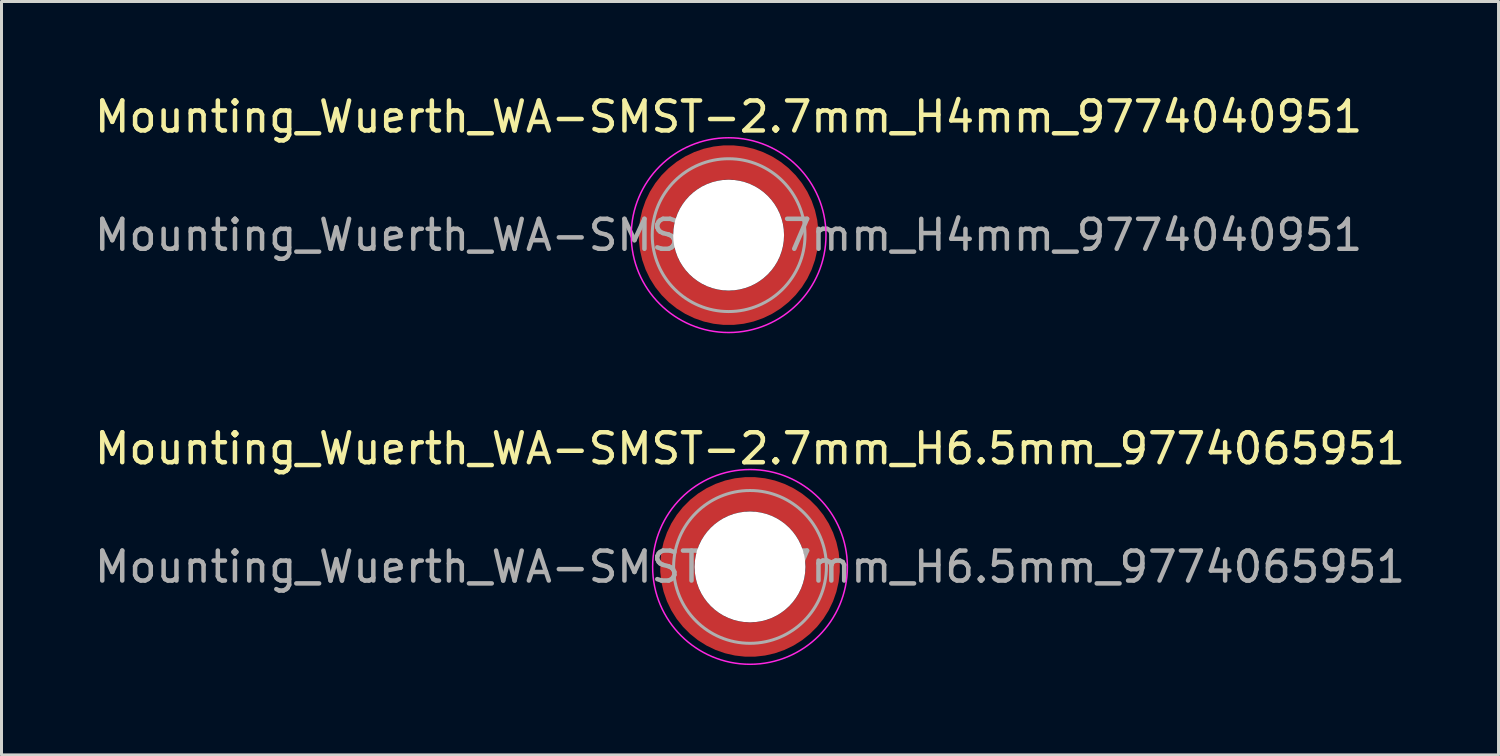
<source format=kicad_pcb>
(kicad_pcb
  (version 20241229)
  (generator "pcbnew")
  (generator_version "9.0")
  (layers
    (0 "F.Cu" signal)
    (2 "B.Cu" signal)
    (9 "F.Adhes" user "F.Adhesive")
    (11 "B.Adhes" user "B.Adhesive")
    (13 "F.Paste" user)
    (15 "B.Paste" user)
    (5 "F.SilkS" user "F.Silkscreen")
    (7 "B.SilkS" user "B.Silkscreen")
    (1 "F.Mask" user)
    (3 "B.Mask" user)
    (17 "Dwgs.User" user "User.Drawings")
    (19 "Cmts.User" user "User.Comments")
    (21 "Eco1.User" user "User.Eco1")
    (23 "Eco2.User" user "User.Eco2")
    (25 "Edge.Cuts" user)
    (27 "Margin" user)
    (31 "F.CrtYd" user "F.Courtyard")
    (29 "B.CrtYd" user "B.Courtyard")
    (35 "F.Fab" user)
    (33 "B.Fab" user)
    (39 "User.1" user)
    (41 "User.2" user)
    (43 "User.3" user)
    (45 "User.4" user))
  (footprint "Mounting_Wuerth_WA-SMST-2.7mm_H4mm_9774040951"
    (layer "F.Cu")
    (at 21.268 4.798)
    (property "Reference" "Mounting_Wuerth_WA-SMST-2.7mm_H4mm_9774040951" (at 0 -3.95 0) (layer "F.SilkS") (effects (font (size 1 1) (thickness 0.15))))
    (property "Mouser Part no." "" (at 0 0 0) (layer "F.Fab") (effects (font (size 1.27 1.27) (thickness 0.15))))
    (property "Mouser link" "" (at 0 0 0) (layer "F.Fab") (effects (font (size 1.27 1.27) (thickness 0.15))))
    (attr smd)
    (fp_circle (center 0 0) (end 3.25 0) (stroke (width 0.05) (type solid)) (fill no) (layer "F.CrtYd"))
    (fp_circle (center 0 0) (end 2.55 0) (stroke (width 0.1) (type solid)) (fill no) (layer "F.Fab"))
    (fp_text user "${REFERENCE}" (at 0 0 0) (layer "F.Fab") (effects (font (size 1 1) (thickness 0.15))))
    (pad "" smd custom (at -1.704 -1.704) (size 0.62 0.62) (layers "F.Paste") (options (anchor circle)) (primitives (gr_arc (start -0.250195 1.279127) (mid 0.289146 0.290681) (end 1.277006 -0.249732) (width 0.2)) (gr_arc (start -0.34334 1.279127) (mid 0.224883 0.226093) (end 1.277452 -0.342992) (width 0.2)) (gr_arc (start -0.436309 1.279127) (mid 0.160537 0.16159) (end 1.277666 -0.436018) (width 0.2)) (gr_arc (start -0.529126 1.279127) (mid 0.095932 0.097343) (end 1.277167 -0.528752) (width 0.2)) (gr_arc (start -0.621807 1.279127) (mid 0.0309 0.033527) (end 1.275473 -0.621136) (width 0.2)) (gr_arc (start -0.71437 1.279127) (mid -0.03322 -0.031206) (end 1.276322 -0.713875) (width 0.2)) (gr_arc (start -0.806826 1.279127) (mid -0.097997 -0.095278) (end 1.275336 -0.806181) (width 0.2)) (gr_arc (start -0.899187 1.279127) (mid -0.161977 -0.160149) (end 1.276577 -0.898769) (width 0.2)) (gr_arc (start -0.991463 1.279127) (mid -0.226842 -0.224133) (end 1.275343 -0.990864) (width 0.2)) (gr_arc (start -1.083663 1.279127) (mid -0.291026 -0.288801) (end 1.276016 -1.083187) (width 0.2)) (gr_line (start 1.279 -0.25) (end 1.279 -1.084) (width 0.2)) (gr_line (start -0.25 1.279) (end -1.084 1.279) (width 0.2))))
    (pad "" smd custom (at -1.704 1.704) (size 0.62 0.62) (layers "F.Paste") (options (anchor circle)) (primitives (gr_arc (start 1.279127 0.250195) (mid 0.290681 -0.289146) (end -0.249732 -1.277006) (width 0.2)) (gr_arc (start 1.279127 0.34334) (mid 0.226093 -0.224883) (end -0.342992 -1.277452) (width 0.2)) (gr_arc (start 1.279127 0.436309) (mid 0.16159 -0.160537) (end -0.436018 -1.277666) (width 0.2)) (gr_arc (start 1.279127 0.529126) (mid 0.097343 -0.095932) (end -0.528752 -1.277167) (width 0.2)) (gr_arc (start 1.279127 0.621807) (mid 0.033527 -0.0309) (end -0.621136 -1.275473) (width 0.2)) (gr_arc (start 1.279127 0.71437) (mid -0.031206 0.03322) (end -0.713875 -1.276322) (width 0.2)) (gr_arc (start 1.279127 0.806826) (mid -0.095278 0.097997) (end -0.806181 -1.275336) (width 0.2)) (gr_arc (start 1.279127 0.899187) (mid -0.160149 0.161977) (end -0.898769 -1.276577) (width 0.2)) (gr_arc (start 1.279127 0.991463) (mid -0.224133 0.226842) (end -0.990864 -1.275343) (width 0.2)) (gr_arc (start 1.279127 1.083663) (mid -0.288801 0.291026) (end -1.083187 -1.276016) (width 0.2)) (gr_line (start -0.25 -1.279) (end -1.084 -1.279) (width 0.2)) (gr_line (start 1.279 0.25) (end 1.279 1.084) (width 0.2))))
    (pad "" np_thru_hole circle (at 0 0) (size 3.7 3.7) (drill 3.7) (layers "*.Cu" "*.Mask"))
    (pad "" smd custom (at 1.704 -1.704) (size 0.62 0.62) (layers "F.Paste") (options (anchor circle)) (primitives (gr_arc (start -1.279127 -0.250195) (mid -0.290681 0.289146) (end 0.249732 1.277006) (width 0.2)) (gr_arc (start -1.279127 -0.34334) (mid -0.226093 0.224883) (end 0.342992 1.277452) (width 0.2)) (gr_arc (start -1.279127 -0.436309) (mid -0.16159 0.160537) (end 0.436018 1.277666) (width 0.2)) (gr_arc (start -1.279127 -0.529126) (mid -0.097343 0.095932) (end 0.528752 1.277167) (width 0.2)) (gr_arc (start -1.279127 -0.621807) (mid -0.033527 0.0309) (end 0.621136 1.275473) (width 0.2)) (gr_arc (start -1.279127 -0.71437) (mid 0.031206 -0.03322) (end 0.713875 1.276322) (width 0.2)) (gr_arc (start -1.279127 -0.806826) (mid 0.095278 -0.097997) (end 0.806181 1.275336) (width 0.2)) (gr_arc (start -1.279127 -0.899187) (mid 0.160149 -0.161977) (end 0.898769 1.276577) (width 0.2)) (gr_arc (start -1.279127 -0.991463) (mid 0.224133 -0.226842) (end 0.990864 1.275343) (width 0.2)) (gr_arc (start -1.279127 -1.083663) (mid 0.288801 -0.291026) (end 1.083187 1.276016) (width 0.2)) (gr_line (start 0.25 1.279) (end 1.084 1.279) (width 0.2)) (gr_line (start -1.279 -0.25) (end -1.279 -1.084) (width 0.2))))
    (pad "" smd custom (at 1.704 1.704) (size 0.62 0.62) (layers "F.Paste") (options (anchor circle)) (primitives (gr_arc (start 0.250195 -1.279127) (mid -0.289146 -0.290681) (end -1.277006 0.249732) (width 0.2)) (gr_arc (start 0.34334 -1.279127) (mid -0.224883 -0.226093) (end -1.277452 0.342992) (width 0.2)) (gr_arc (start 0.436309 -1.279127) (mid -0.160537 -0.16159) (end -1.277666 0.436018) (width 0.2)) (gr_arc (start 0.529126 -1.279127) (mid -0.095932 -0.097343) (end -1.277167 0.528752) (width 0.2)) (gr_arc (start 0.621807 -1.279127) (mid -0.0309 -0.033527) (end -1.275473 0.621136) (width 0.2)) (gr_arc (start 0.71437 -1.279127) (mid 0.03322 0.031206) (end -1.276322 0.713875) (width 0.2)) (gr_arc (start 0.806826 -1.279127) (mid 0.097997 0.095278) (end -1.275336 0.806181) (width 0.2)) (gr_arc (start 0.899187 -1.279127) (mid 0.161977 0.160149) (end -1.276577 0.898769) (width 0.2)) (gr_arc (start 0.991463 -1.279127) (mid 0.226842 0.224133) (end -1.275343 0.990864) (width 0.2)) (gr_arc (start 1.083663 -1.279127) (mid 0.291026 0.288801) (end -1.276016 1.083187) (width 0.2)) (gr_line (start -1.279 0.25) (end -1.279 1.084) (width 0.2)) (gr_line (start 0.25 -1.279) (end 1.084 -1.279) (width 0.2))))
    (pad "1" smd circle (at -2.425 0) (size 0.75 0.75) (layers "F.Cu"))
    (pad "1" smd circle (at 0 -2.425) (size 0.75 0.75) (layers "F.Cu"))
    (pad "1" smd circle (at 0 2.425) (size 0.75 0.75) (layers "F.Cu"))
    (pad "1" smd custom (at 2.425 0) (size 0.75 0.75) (layers "F.Cu" "F.Mask") (options (anchor circle)) (primitives (gr_circle (center -2.425 0) (end 0 0) (width 1.15) (fill no)))))
  (footprint "Mounting_Wuerth_WA-SMST-2.7mm_H6.5mm_9774065951"
    (layer "F.Cu")
    (at 21.982 15.871)
    (property "Reference" "Mounting_Wuerth_WA-SMST-2.7mm_H6.5mm_9774065951" (at 0 -3.95 0) (layer "F.SilkS") (effects (font (size 1 1) (thickness 0.15))))
    (property "Mouser Part no." "" (at 0 0 0) (layer "F.Fab") (effects (font (size 1.27 1.27) (thickness 0.15))))
    (property "Mouser link" "" (at 0 0 0) (layer "F.Fab") (effects (font (size 1.27 1.27) (thickness 0.15))))
    (attr smd)
    (fp_circle (center 0 0) (end 3.25 0) (stroke (width 0.05) (type solid)) (fill no) (layer "F.CrtYd"))
    (fp_circle (center 0 0) (end 2.55 0) (stroke (width 0.1) (type solid)) (fill no) (layer "F.Fab"))
    (fp_text user "${REFERENCE}" (at 0 0 0) (layer "F.Fab") (effects (font (size 1 1) (thickness 0.15))))
    (pad "" smd custom (at -1.704 -1.704) (size 0.62 0.62) (layers "F.Paste") (options (anchor circle)) (primitives (gr_arc (start -0.250195 1.279127) (mid 0.289146 0.290681) (end 1.277006 -0.249732) (width 0.2)) (gr_arc (start -0.34334 1.279127) (mid 0.224883 0.226093) (end 1.277452 -0.342992) (width 0.2)) (gr_arc (start -0.436309 1.279127) (mid 0.160537 0.16159) (end 1.277666 -0.436018) (width 0.2)) (gr_arc (start -0.529126 1.279127) (mid 0.095932 0.097343) (end 1.277167 -0.528752) (width 0.2)) (gr_arc (start -0.621807 1.279127) (mid 0.0309 0.033527) (end 1.275473 -0.621136) (width 0.2)) (gr_arc (start -0.71437 1.279127) (mid -0.03322 -0.031206) (end 1.276322 -0.713875) (width 0.2)) (gr_arc (start -0.806826 1.279127) (mid -0.097997 -0.095278) (end 1.275336 -0.806181) (width 0.2)) (gr_arc (start -0.899187 1.279127) (mid -0.161977 -0.160149) (end 1.276577 -0.898769) (width 0.2)) (gr_arc (start -0.991463 1.279127) (mid -0.226842 -0.224133) (end 1.275343 -0.990864) (width 0.2)) (gr_arc (start -1.083663 1.279127) (mid -0.291026 -0.288801) (end 1.276016 -1.083187) (width 0.2)) (gr_line (start 1.279 -0.25) (end 1.279 -1.084) (width 0.2)) (gr_line (start -0.25 1.279) (end -1.084 1.279) (width 0.2))))
    (pad "" smd custom (at -1.704 1.704) (size 0.62 0.62) (layers "F.Paste") (options (anchor circle)) (primitives (gr_arc (start 1.279127 0.250195) (mid 0.290681 -0.289146) (end -0.249732 -1.277006) (width 0.2)) (gr_arc (start 1.279127 0.34334) (mid 0.226093 -0.224883) (end -0.342992 -1.277452) (width 0.2)) (gr_arc (start 1.279127 0.436309) (mid 0.16159 -0.160537) (end -0.436018 -1.277666) (width 0.2)) (gr_arc (start 1.279127 0.529126) (mid 0.097343 -0.095932) (end -0.528752 -1.277167) (width 0.2)) (gr_arc (start 1.279127 0.621807) (mid 0.033527 -0.0309) (end -0.621136 -1.275473) (width 0.2)) (gr_arc (start 1.279127 0.71437) (mid -0.031206 0.03322) (end -0.713875 -1.276322) (width 0.2)) (gr_arc (start 1.279127 0.806826) (mid -0.095278 0.097997) (end -0.806181 -1.275336) (width 0.2)) (gr_arc (start 1.279127 0.899187) (mid -0.160149 0.161977) (end -0.898769 -1.276577) (width 0.2)) (gr_arc (start 1.279127 0.991463) (mid -0.224133 0.226842) (end -0.990864 -1.275343) (width 0.2)) (gr_arc (start 1.279127 1.083663) (mid -0.288801 0.291026) (end -1.083187 -1.276016) (width 0.2)) (gr_line (start -0.25 -1.279) (end -1.084 -1.279) (width 0.2)) (gr_line (start 1.279 0.25) (end 1.279 1.084) (width 0.2))))
    (pad "" np_thru_hole circle (at 0 0) (size 3.7 3.7) (drill 3.7) (layers "*.Cu" "*.Mask"))
    (pad "" smd custom (at 1.704 -1.704) (size 0.62 0.62) (layers "F.Paste") (options (anchor circle)) (primitives (gr_arc (start -1.279127 -0.250195) (mid -0.290681 0.289146) (end 0.249732 1.277006) (width 0.2)) (gr_arc (start -1.279127 -0.34334) (mid -0.226093 0.224883) (end 0.342992 1.277452) (width 0.2)) (gr_arc (start -1.279127 -0.436309) (mid -0.16159 0.160537) (end 0.436018 1.277666) (width 0.2)) (gr_arc (start -1.279127 -0.529126) (mid -0.097343 0.095932) (end 0.528752 1.277167) (width 0.2)) (gr_arc (start -1.279127 -0.621807) (mid -0.033527 0.0309) (end 0.621136 1.275473) (width 0.2)) (gr_arc (start -1.279127 -0.71437) (mid 0.031206 -0.03322) (end 0.713875 1.276322) (width 0.2)) (gr_arc (start -1.279127 -0.806826) (mid 0.095278 -0.097997) (end 0.806181 1.275336) (width 0.2)) (gr_arc (start -1.279127 -0.899187) (mid 0.160149 -0.161977) (end 0.898769 1.276577) (width 0.2)) (gr_arc (start -1.279127 -0.991463) (mid 0.224133 -0.226842) (end 0.990864 1.275343) (width 0.2)) (gr_arc (start -1.279127 -1.083663) (mid 0.288801 -0.291026) (end 1.083187 1.276016) (width 0.2)) (gr_line (start 0.25 1.279) (end 1.084 1.279) (width 0.2)) (gr_line (start -1.279 -0.25) (end -1.279 -1.084) (width 0.2))))
    (pad "" smd custom (at 1.704 1.704) (size 0.62 0.62) (layers "F.Paste") (options (anchor circle)) (primitives (gr_arc (start 0.250195 -1.279127) (mid -0.289146 -0.290681) (end -1.277006 0.249732) (width 0.2)) (gr_arc (start 0.34334 -1.279127) (mid -0.224883 -0.226093) (end -1.277452 0.342992) (width 0.2)) (gr_arc (start 0.436309 -1.279127) (mid -0.160537 -0.16159) (end -1.277666 0.436018) (width 0.2)) (gr_arc (start 0.529126 -1.279127) (mid -0.095932 -0.097343) (end -1.277167 0.528752) (width 0.2)) (gr_arc (start 0.621807 -1.279127) (mid -0.0309 -0.033527) (end -1.275473 0.621136) (width 0.2)) (gr_arc (start 0.71437 -1.279127) (mid 0.03322 0.031206) (end -1.276322 0.713875) (width 0.2)) (gr_arc (start 0.806826 -1.279127) (mid 0.097997 0.095278) (end -1.275336 0.806181) (width 0.2)) (gr_arc (start 0.899187 -1.279127) (mid 0.161977 0.160149) (end -1.276577 0.898769) (width 0.2)) (gr_arc (start 0.991463 -1.279127) (mid 0.226842 0.224133) (end -1.275343 0.990864) (width 0.2)) (gr_arc (start 1.083663 -1.279127) (mid 0.291026 0.288801) (end -1.276016 1.083187) (width 0.2)) (gr_line (start -1.279 0.25) (end -1.279 1.084) (width 0.2)) (gr_line (start 0.25 -1.279) (end 1.084 -1.279) (width 0.2))))
    (pad "1" smd circle (at -2.425 0) (size 0.75 0.75) (layers "F.Cu"))
    (pad "1" smd circle (at 0 -2.425) (size 0.75 0.75) (layers "F.Cu"))
    (pad "1" smd circle (at 0 2.425) (size 0.75 0.75) (layers "F.Cu"))
    (pad "1" smd custom (at 2.425 0) (size 0.75 0.75) (layers "F.Cu" "F.Mask") (options (anchor circle)) (primitives (gr_circle (center -2.425 0) (end 0 0) (width 1.15) (fill no)))))
  (gr_rect
    (start -3 -3)
    (end 46.964 22.146)
    (stroke (width 0.1) (type default))
    (fill no)
    (layer "Edge.Cuts")))
</source>
